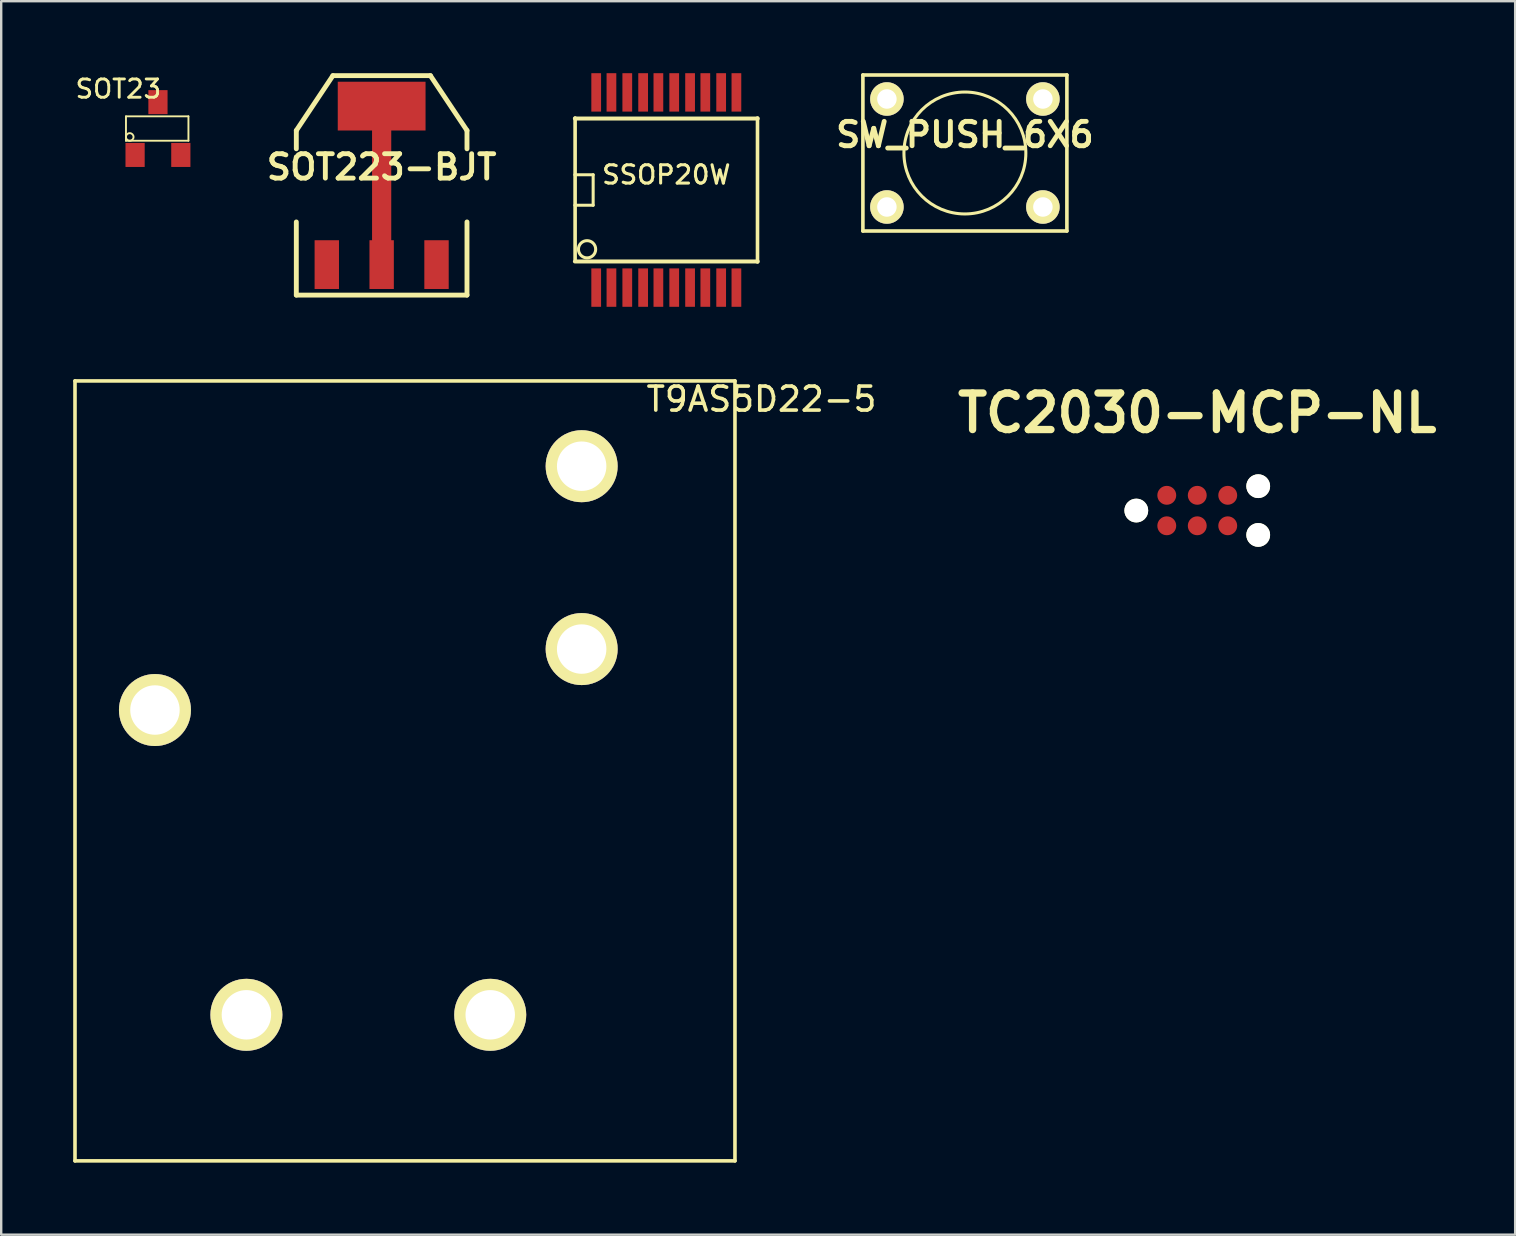
<source format=kicad_pcb>
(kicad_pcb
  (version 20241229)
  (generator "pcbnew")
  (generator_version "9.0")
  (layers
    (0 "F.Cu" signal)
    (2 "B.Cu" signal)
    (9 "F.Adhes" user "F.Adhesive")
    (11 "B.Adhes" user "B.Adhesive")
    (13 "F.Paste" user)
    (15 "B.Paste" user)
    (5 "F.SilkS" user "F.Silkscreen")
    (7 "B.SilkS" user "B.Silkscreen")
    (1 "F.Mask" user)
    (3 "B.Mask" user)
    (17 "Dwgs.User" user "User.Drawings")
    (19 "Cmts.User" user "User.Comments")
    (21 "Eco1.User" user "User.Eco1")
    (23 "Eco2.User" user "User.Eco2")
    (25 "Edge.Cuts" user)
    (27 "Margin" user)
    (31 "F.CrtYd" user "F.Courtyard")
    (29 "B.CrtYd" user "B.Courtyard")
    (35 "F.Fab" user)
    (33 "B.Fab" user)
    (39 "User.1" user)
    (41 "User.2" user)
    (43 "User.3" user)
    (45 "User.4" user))
  (footprint "SW_PUSH_6X6"
    (layer "F.Cu")
    (at 37.156 3.325)
    (property "Reference" "SW_PUSH_6X6" (at 0 -0.762 0) (layer "F.SilkS") (effects (font (size 1.016 1.016) (thickness 0.203))))
    (attr through_hole)
    (fp_line (start -4.25 -3.25) (end 4.25 -3.25) (stroke (width 0.15) (type solid)) (layer "F.SilkS"))
    (fp_line (start -4.25 3.25) (end -4.25 -3.25) (stroke (width 0.15) (type solid)) (layer "F.SilkS"))
    (fp_line (start 4.25 -3.25) (end 4.25 3.25) (stroke (width 0.15) (type solid)) (layer "F.SilkS"))
    (fp_line (start 4.25 3.25) (end -4.25 3.25) (stroke (width 0.15) (type solid)) (layer "F.SilkS"))
    (fp_circle (center 0 0) (end 0 -2.54) (stroke (width 0.127) (type solid)) (fill no) (layer "F.SilkS"))
    (pad "1" thru_hole circle (at -3.25 -2.25) (size 1.397 1.397) (drill 0.813) (layers "*.Cu" "*.Mask" "F.SilkS"))
    (pad "2" thru_hole circle (at 3.25 -2.25) (size 1.397 1.397) (drill 0.813) (layers "*.Cu" "*.Mask" "F.SilkS"))
    (pad "3" thru_hole circle (at -3.25 2.25) (size 1.397 1.397) (drill 0.813) (layers "*.Cu" "*.Mask" "F.SilkS"))
    (pad "4" thru_hole circle (at 3.25 2.25) (size 1.397 1.397) (drill 0.813) (layers "*.Cu" "*.Mask" "F.SilkS")))
  (footprint "TC2030-MCP-NL"
    (layer "F.Cu")
    (at 46.838 18.224)
    (property "Reference" "TC2030-MCP-NL" (at 0 -4.064 0) (layer "F.SilkS") (effects (font (size 1.524 1.524) (thickness 0.305))))
    (attr through_hole)
    (pad "" np_thru_hole circle (at -2.54 0) (size 0.991 0.991) (drill 0.991) (layers "*.Cu" "*.Mask" "F.SilkS"))
    (pad "" np_thru_hole circle (at 2.54 -1.016) (size 0.991 0.991) (drill 0.991) (layers "*.Cu" "*.Mask" "F.SilkS"))
    (pad "" np_thru_hole circle (at 2.54 1.016) (size 0.991 0.991) (drill 0.991) (layers "*.Cu" "*.Mask" "F.SilkS"))
    (pad "1" connect circle (at -1.27 0.635) (size 0.787 0.787) (layers "F.Cu" "F.Mask"))
    (pad "2" connect circle (at -1.27 -0.635) (size 0.787 0.787) (layers "F.Cu" "F.Mask"))
    (pad "3" connect circle (at 0 0.635) (size 0.787 0.787) (layers "F.Cu" "F.Mask"))
    (pad "4" connect circle (at 0 -0.635) (size 0.787 0.787) (layers "F.Cu" "F.Mask"))
    (pad "5" connect circle (at 1.27 0.635) (size 0.787 0.787) (layers "F.Cu" "F.Mask"))
    (pad "6" connect circle (at 1.27 -0.635) (size 0.787 0.787) (layers "F.Cu" "F.Mask")))
  (footprint "SSOP20W"
    (layer "F.Cu")
    (at 24.714 4.867)
    (property "Reference" "SSOP20W" (at 0 -0.635 0) (layer "F.SilkS") (effects (font (size 0.762 0.762) (thickness 0.127))))
    (attr smd)
    (fp_line (start -3.81 -0.635) (end -3.048 -0.635) (stroke (width 0.127) (type solid)) (layer "F.SilkS"))
    (fp_line (start -3.81 2.978) (end 3.81 2.978) (stroke (width 0.165) (type solid)) (layer "F.SilkS"))
    (fp_line (start -3.8 -3) (end -3.8 2.9) (stroke (width 0.15) (type solid)) (layer "F.SilkS"))
    (fp_line (start -3.048 -0.635) (end -3.048 0.635) (stroke (width 0.127) (type solid)) (layer "F.SilkS"))
    (fp_line (start -3.048 0.635) (end -3.81 0.635) (stroke (width 0.127) (type solid)) (layer "F.SilkS"))
    (fp_line (start 3.8 -3) (end 3.8 3) (stroke (width 0.15) (type solid)) (layer "F.SilkS"))
    (fp_line (start 3.81 -2.978) (end -3.81 -2.978) (stroke (width 0.165) (type solid)) (layer "F.SilkS"))
    (fp_circle (center -3.302 2.47) (end -3.556 2.216) (stroke (width 0.127) (type solid)) (fill no) (layer "F.SilkS"))
    (pad "1" smd rect (at -2.921 4.067) (size 0.406 1.6) (layers "F.Cu" "F.Mask" "F.Paste"))
    (pad "2" smd rect (at -2.286 4.067) (size 0.406 1.6) (layers "F.Cu" "F.Mask" "F.Paste"))
    (pad "3" smd rect (at -1.626 4.067) (size 0.406 1.6) (layers "F.Cu" "F.Mask" "F.Paste"))
    (pad "4" smd rect (at -0.965 4.067) (size 0.406 1.6) (layers "F.Cu" "F.Mask" "F.Paste"))
    (pad "5" smd rect (at -0.33 4.067) (size 0.406 1.6) (layers "F.Cu" "F.Mask" "F.Paste"))
    (pad "6" smd rect (at 0.33 4.067) (size 0.406 1.6) (layers "F.Cu" "F.Mask" "F.Paste"))
    (pad "7" smd rect (at 0.991 4.067) (size 0.406 1.6) (layers "F.Cu" "F.Mask" "F.Paste"))
    (pad "8" smd rect (at 1.626 4.067) (size 0.406 1.6) (layers "F.Cu" "F.Mask" "F.Paste"))
    (pad "9" smd rect (at 2.286 4.067) (size 0.406 1.6) (layers "F.Cu" "F.Mask" "F.Paste"))
    (pad "10" smd rect (at 2.921 4.067) (size 0.406 1.6) (layers "F.Cu" "F.Mask" "F.Paste"))
    (pad "11" smd rect (at 2.921 -4.067) (size 0.406 1.6) (layers "F.Cu" "F.Mask" "F.Paste"))
    (pad "12" smd rect (at 2.286 -4.067) (size 0.406 1.6) (layers "F.Cu" "F.Mask" "F.Paste"))
    (pad "13" smd rect (at 1.626 -4.067) (size 0.406 1.6) (layers "F.Cu" "F.Mask" "F.Paste"))
    (pad "14" smd rect (at 0.991 -4.067) (size 0.406 1.6) (layers "F.Cu" "F.Mask" "F.Paste"))
    (pad "15" smd rect (at 0.33 -4.067) (size 0.406 1.6) (layers "F.Cu" "F.Mask" "F.Paste"))
    (pad "16" smd rect (at -0.33 -4.067) (size 0.406 1.6) (layers "F.Cu" "F.Mask" "F.Paste"))
    (pad "17" smd rect (at -0.965 -4.067) (size 0.406 1.6) (layers "F.Cu" "F.Mask" "F.Paste"))
    (pad "18" smd rect (at -1.626 -4.067) (size 0.406 1.6) (layers "F.Cu" "F.Mask" "F.Paste"))
    (pad "19" smd rect (at -2.286 -4.067) (size 0.406 1.6) (layers "F.Cu" "F.Mask" "F.Paste"))
    (pad "20" smd rect (at -2.921 -4.067) (size 0.406 1.6) (layers "F.Cu" "F.Mask" "F.Paste")))
  (footprint "T9AS5D22-5"
    (layer "F.Cu")
    (at 14.075 28.822)
    (property "Reference" "T9AS5D22-5" (at 14.605 -15.24 0) (layer "F.SilkS") (effects (font (size 1 1) (thickness 0.15))))
    (attr through_hole)
    (fp_line (start -14 -16) (end 13.5 -16) (stroke (width 0.15) (type solid)) (layer "F.SilkS"))
    (fp_line (start -14 16.5) (end -14 -16) (stroke (width 0.15) (type solid)) (layer "F.SilkS"))
    (fp_line (start 13.5 -16) (end 13.5 16.5) (stroke (width 0.15) (type solid)) (layer "F.SilkS"))
    (fp_line (start 13.5 16.5) (end -14 16.5) (stroke (width 0.15) (type solid)) (layer "F.SilkS"))
    (pad "1" thru_hole circle (at -10.668 -2.286) (size 3 3) (drill 2.06) (layers "*.Cu" "*.Mask" "F.SilkS"))
    (pad "2" thru_hole circle (at -6.858 10.414) (size 3 3) (drill 2.06) (layers "*.Cu" "*.Mask" "F.SilkS"))
    (pad "3" thru_hole circle (at 3.302 10.414) (size 3 3) (drill 2.06) (layers "*.Cu" "*.Mask" "F.SilkS"))
    (pad "4" thru_hole circle (at 7.112 -4.826) (size 3 3) (drill 2.06) (layers "*.Cu" "*.Mask" "F.SilkS"))
    (pad "5" thru_hole circle (at 7.112 -12.446) (size 3 3) (drill 2.06) (layers "*.Cu" "*.Mask" "F.SilkS")))
  (footprint "SOT223-BJT"
    (layer "F.Cu")
    (at 12.853 4.674)
    (property "Reference" "SOT223-BJT" (at 0 -0.762 0) (layer "F.SilkS") (effects (font (size 1.016 1.016) (thickness 0.203))))
    (attr smd)
    (fp_line (start 0 3.5) (end 0 -2.5) (stroke (width 0.8) (type solid)) (layer "F.Cu"))
    (fp_line (start -3.556 -2.286) (end -2.032 -4.572) (stroke (width 0.203) (type solid)) (layer "F.SilkS"))
    (fp_line (start -3.556 -1.524) (end -3.556 -2.286) (stroke (width 0.203) (type solid)) (layer "F.SilkS"))
    (fp_line (start -3.556 1.524) (end -3.556 4.572) (stroke (width 0.203) (type solid)) (layer "F.SilkS"))
    (fp_line (start -3.556 4.572) (end 3.556 4.572) (stroke (width 0.203) (type solid)) (layer "F.SilkS"))
    (fp_line (start -2.032 -4.572) (end 2.032 -4.572) (stroke (width 0.203) (type solid)) (layer "F.SilkS"))
    (fp_line (start 2.032 -4.572) (end 3.556 -2.286) (stroke (width 0.203) (type solid)) (layer "F.SilkS"))
    (fp_line (start 3.556 -2.286) (end 3.556 -1.524) (stroke (width 0.203) (type solid)) (layer "F.SilkS"))
    (fp_line (start 3.556 4.572) (end 3.556 1.524) (stroke (width 0.203) (type solid)) (layer "F.SilkS"))
    (pad "1" smd rect (at 2.286 3.302) (size 1.016 2.032) (layers "F.Cu" "F.Mask" "F.Paste"))
    (pad "2" smd rect (at -2.286 3.302) (size 1.016 2.032) (layers "F.Cu" "F.Mask" "F.Paste"))
    (pad "3" smd rect (at 0 -3.302) (size 3.658 2.032) (layers "F.Cu" "F.Mask" "F.Paste"))
    (pad "3" smd rect (at 0 3.302) (size 1.016 2.032) (layers "F.Cu" "F.Mask" "F.Paste")))
  (footprint "SOT23"
    (layer "F.Cu")
    (at 3.532 2.306)
    (property "Reference" "SOT23" (at -1.651 -1.651 180) (layer "F.SilkS") (effects (font (size 0.762 0.762) (thickness 0.119))))
    (attr through_hole)
    (fp_line (start -1.333 -0.508) (end -1.333 0.508) (stroke (width 0.079) (type solid)) (layer "F.SilkS"))
    (fp_line (start -1.333 -0.508) (end 1.27 -0.508) (stroke (width 0.079) (type solid)) (layer "F.SilkS"))
    (fp_line (start 1.27 -0.508) (end 1.27 0.508) (stroke (width 0.079) (type solid)) (layer "F.SilkS"))
    (fp_line (start 1.27 0.508) (end -1.333 0.508) (stroke (width 0.079) (type solid)) (layer "F.SilkS"))
    (fp_circle (center -1.176 0.351) (end -1.3 0.45) (stroke (width 0.079) (type solid)) (fill no) (layer "F.SilkS"))
    (pad "1" smd rect (at -0.953 1.1) (size 0.8 1.001) (layers "F.Cu" "F.Mask" "F.Paste"))
    (pad "2" smd rect (at 0.953 1.1) (size 0.8 1.001) (layers "F.Cu" "F.Mask" "F.Paste"))
    (pad "3" smd rect (at 0 -1.1) (size 0.8 1.001) (layers "F.Cu" "F.Mask" "F.Paste")))
  (gr_rect
    (start -3 -3)
    (end 60.085 48.397)
    (stroke (width 0.1) (type default))
    (fill no)
    (layer "Edge.Cuts")))
</source>
